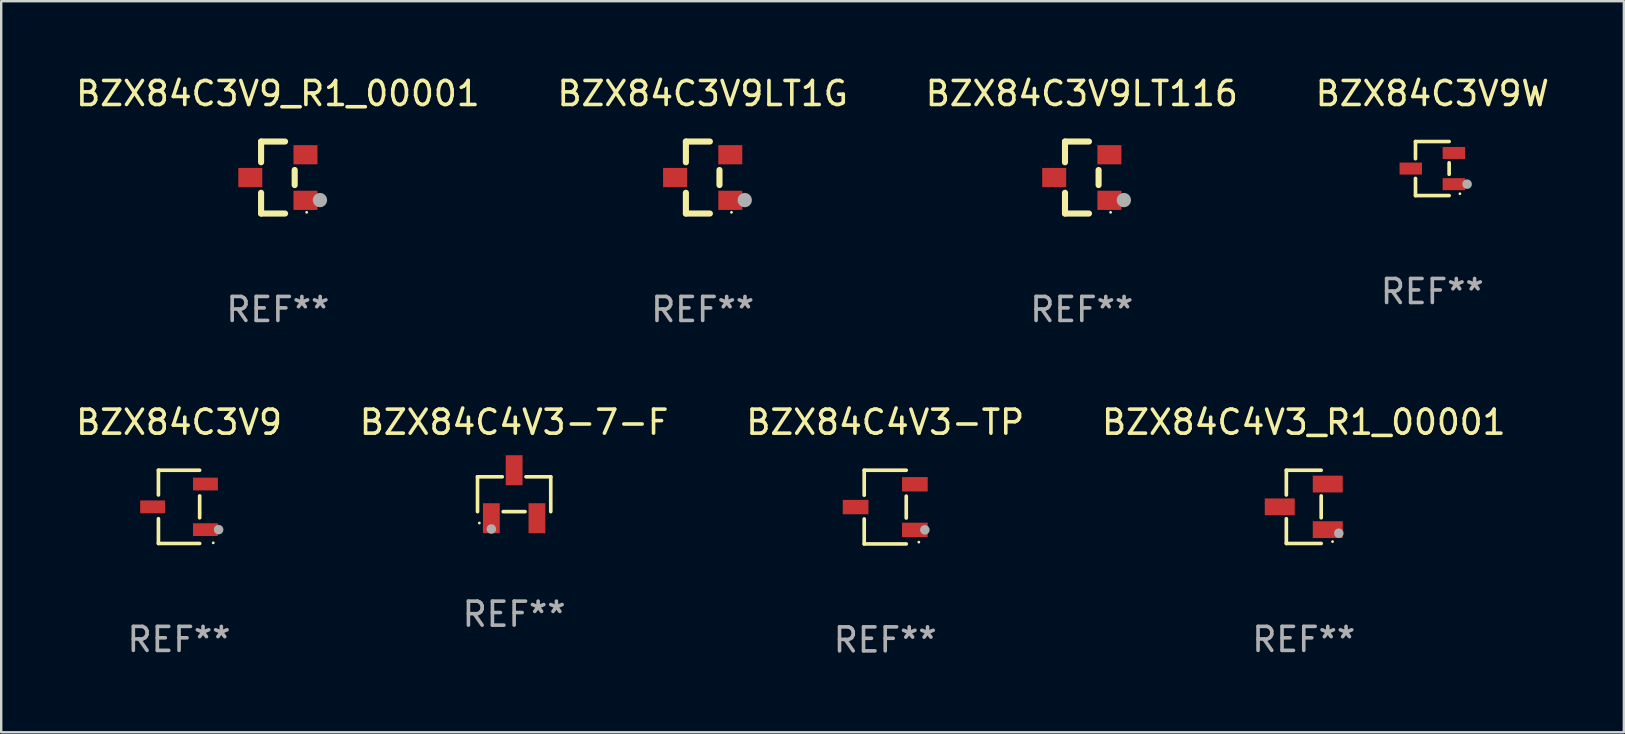
<source format=kicad_pcb>
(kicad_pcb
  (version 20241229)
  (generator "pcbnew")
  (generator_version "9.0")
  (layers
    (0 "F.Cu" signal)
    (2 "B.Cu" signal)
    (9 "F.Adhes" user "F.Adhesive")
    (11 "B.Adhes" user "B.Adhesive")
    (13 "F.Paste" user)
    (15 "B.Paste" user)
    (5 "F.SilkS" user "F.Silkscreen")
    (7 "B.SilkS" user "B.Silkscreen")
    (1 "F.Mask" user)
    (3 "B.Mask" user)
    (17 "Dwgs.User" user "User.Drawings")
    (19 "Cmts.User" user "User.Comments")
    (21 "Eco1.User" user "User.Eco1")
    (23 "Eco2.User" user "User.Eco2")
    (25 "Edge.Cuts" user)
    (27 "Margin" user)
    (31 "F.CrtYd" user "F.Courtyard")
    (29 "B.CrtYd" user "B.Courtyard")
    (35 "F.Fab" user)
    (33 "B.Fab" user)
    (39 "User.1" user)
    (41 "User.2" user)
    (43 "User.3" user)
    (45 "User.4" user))
  (footprint "BZX84C3V9W"
    (layer "F.Cu")
    (at 56.637 3.974)
    (property "Reference" "BZX84C3V9W" (at 0 -3.126 0) (layer "F.SilkS") (effects (font (size 1 1) (thickness 0.15))))
    (attr through_hole)
    (fp_line (start -0.701 -1.126) (end -0.701 -0.411) (stroke (width 0.152) (type solid)) (layer "F.SilkS"))
    (fp_line (start -0.701 1.126) (end -0.701 0.411) (stroke (width 0.152) (type solid)) (layer "F.SilkS"))
    (fp_line (start 0.701 -1.126) (end -0.701 -1.126) (stroke (width 0.152) (type solid)) (layer "F.SilkS"))
    (fp_line (start 0.701 -0.239) (end 0.701 0.239) (stroke (width 0.152) (type solid)) (layer "F.SilkS"))
    (fp_line (start 0.701 1.126) (end -0.701 1.126) (stroke (width 0.152) (type solid)) (layer "F.SilkS"))
    (fp_circle (center 1.15 1.05) (end 1.18 1.05) (stroke (width 0.06) (type solid)) (fill no) (layer "F.SilkS"))
    (fp_circle (center 1.45 0.65) (end 1.55 0.65) (stroke (width 0.2) (type solid)) (fill no) (layer "F.Fab"))
    (fp_text user "REF**" (at 0 5.126 0) (layer "F.Fab") (effects (font (size 1 1) (thickness 0.15))))
    (pad "1" smd rect (at 0.898 0.65) (size 0.936 0.5) (layers "F.Cu" "F.Mask" "F.Paste"))
    (pad "2" smd rect (at 0.898 -0.65) (size 0.936 0.5) (layers "F.Cu" "F.Mask" "F.Paste"))
    (pad "3" smd rect (at -0.898 0) (size 0.936 0.5) (layers "F.Cu" "F.Mask" "F.Paste")))
  (footprint "BZX84C3V9_R1_00001"
    (layer "F.Cu")
    (at 8.53 4.348)
    (property "Reference" "BZX84C3V9_R1_00001" (at 0 -3.5 0) (layer "F.SilkS") (effects (font (size 1 1) (thickness 0.15))))
    (attr through_hole)
    (fp_line (start -0.7 -1.5) (end 0.3 -1.5) (stroke (width 0.254) (type solid)) (layer "F.SilkS"))
    (fp_line (start -0.7 -0.636) (end -0.7 -1.5) (stroke (width 0.254) (type solid)) (layer "F.SilkS"))
    (fp_line (start -0.7 1.5) (end -0.7 0.636) (stroke (width 0.254) (type solid)) (layer "F.SilkS"))
    (fp_line (start -0.7 1.5) (end 0.3 1.5) (stroke (width 0.254) (type solid)) (layer "F.SilkS"))
    (fp_line (start 0.7 0.314) (end 0.7 -0.314) (stroke (width 0.254) (type solid)) (layer "F.SilkS"))
    (fp_circle (center 1.2 1.45) (end 1.23 1.45) (stroke (width 0.06) (type solid)) (fill no) (layer "F.SilkS"))
    (fp_circle (center 1.753 0.94) (end 1.903 0.94) (stroke (width 0.3) (type solid)) (fill no) (layer "F.Fab"))
    (fp_text user "REF**" (at 0 5.5 0) (layer "F.Fab") (effects (font (size 1 1) (thickness 0.15))))
    (pad "1" smd rect (at 1.15 0.95 180) (size 1 0.8) (layers "F.Cu" "F.Mask" "F.Paste"))
    (pad "2" smd rect (at 1.15 -0.95 180) (size 1 0.8) (layers "F.Cu" "F.Mask" "F.Paste"))
    (pad "3" smd rect (at -1.15 -0.000051 180) (size 1 0.8) (layers "F.Cu" "F.Mask" "F.Paste")))
  (footprint "BZX84C4V3-TP"
    (layer "F.Cu")
    (at 33.839 18.081)
    (property "Reference" "BZX84C4V3-TP" (at 0 -3.536 0) (layer "F.SilkS") (effects (font (size 1 1) (thickness 0.15))))
    (attr through_hole)
    (fp_line (start -0.876 -1.536) (end -0.876 -0.495) (stroke (width 0.152) (type solid)) (layer "F.SilkS"))
    (fp_line (start -0.876 1.536) (end -0.876 0.495) (stroke (width 0.152) (type solid)) (layer "F.SilkS"))
    (fp_line (start 0.876 -1.536) (end -0.876 -1.536) (stroke (width 0.152) (type solid)) (layer "F.SilkS"))
    (fp_line (start 0.876 -0.455) (end 0.876 0.455) (stroke (width 0.152) (type solid)) (layer "F.SilkS"))
    (fp_line (start 0.876 1.536) (end -0.876 1.536) (stroke (width 0.152) (type solid)) (layer "F.SilkS"))
    (fp_circle (center 1.4 1.46) (end 1.43 1.46) (stroke (width 0.06) (type solid)) (fill no) (layer "F.SilkS"))
    (fp_circle (center 1.651 0.95) (end 1.751 0.95) (stroke (width 0.2) (type solid)) (fill no) (layer "F.Fab"))
    (fp_text user "REF**" (at 0 5.536 0) (layer "F.Fab") (effects (font (size 1 1) (thickness 0.15))))
    (pad "1" smd rect (at 1.235 0.95) (size 1.07 0.6) (layers "F.Cu" "F.Mask" "F.Paste"))
    (pad "2" smd rect (at 1.235 -0.95) (size 1.07 0.6) (layers "F.Cu" "F.Mask" "F.Paste"))
    (pad "3" smd rect (at -1.235 0) (size 1.07 0.6) (layers "F.Cu" "F.Mask" "F.Paste")))
  (footprint "BZX84C4V3-7-F"
    (layer "F.Cu")
    (at 18.375 17.545)
    (property "Reference" "BZX84C4V3-7-F" (at 0 -3 0) (layer "F.SilkS") (effects (font (size 1 1) (thickness 0.15))))
    (attr through_hole)
    (fp_line (start -1.526 -0.726) (end -0.495 -0.726) (stroke (width 0.152) (type solid)) (layer "F.SilkS"))
    (fp_line (start -1.526 0.726) (end -1.526 -0.726) (stroke (width 0.152) (type solid)) (layer "F.SilkS"))
    (fp_line (start 0.455 0.726) (end -0.455 0.726) (stroke (width 0.152) (type solid)) (layer "F.SilkS"))
    (fp_line (start 1.526 -0.726) (end 0.495 -0.726) (stroke (width 0.152) (type solid)) (layer "F.SilkS"))
    (fp_line (start 1.526 0.726) (end 1.526 -0.726) (stroke (width 0.152) (type solid)) (layer "F.SilkS"))
    (fp_circle (center -1.45 1.2) (end -1.42 1.2) (stroke (width 0.06) (type solid)) (fill no) (layer "F.SilkS"))
    (fp_circle (center -0.95 1.45) (end -0.85 1.45) (stroke (width 0.2) (type solid)) (fill no) (layer "F.Fab"))
    (fp_text user "REF**" (at 0 5 0) (layer "F.Fab") (effects (font (size 1 1) (thickness 0.15))))
    (pad "1" smd rect (at -0.95 1 270) (size 1.25 0.7) (layers "F.Cu" "F.Mask" "F.Paste"))
    (pad "2" smd rect (at 0.95 1 270) (size 1.25 0.7) (layers "F.Cu" "F.Mask" "F.Paste"))
    (pad "3" smd rect (at 0 -1 270) (size 1.25 0.7) (layers "F.Cu" "F.Mask" "F.Paste")))
  (footprint "BZX84C3V9LT1G"
    (layer "F.Cu")
    (at 26.232 4.348)
    (property "Reference" "BZX84C3V9LT1G" (at 0 -3.5 0) (layer "F.SilkS") (effects (font (size 1 1) (thickness 0.15))))
    (attr through_hole)
    (fp_line (start -0.7 -1.5) (end 0.3 -1.5) (stroke (width 0.254) (type solid)) (layer "F.SilkS"))
    (fp_line (start -0.7 -0.636) (end -0.7 -1.5) (stroke (width 0.254) (type solid)) (layer "F.SilkS"))
    (fp_line (start -0.7 1.5) (end -0.7 0.636) (stroke (width 0.254) (type solid)) (layer "F.SilkS"))
    (fp_line (start -0.7 1.5) (end 0.3 1.5) (stroke (width 0.254) (type solid)) (layer "F.SilkS"))
    (fp_line (start 0.7 0.314) (end 0.7 -0.314) (stroke (width 0.254) (type solid)) (layer "F.SilkS"))
    (fp_circle (center 1.2 1.45) (end 1.23 1.45) (stroke (width 0.06) (type solid)) (fill no) (layer "F.SilkS"))
    (fp_circle (center 1.753 0.94) (end 1.903 0.94) (stroke (width 0.3) (type solid)) (fill no) (layer "F.Fab"))
    (fp_text user "REF**" (at 0 5.5 0) (layer "F.Fab") (effects (font (size 1 1) (thickness 0.15))))
    (pad "1" smd rect (at 1.15 0.95 180) (size 1 0.8) (layers "F.Cu" "F.Mask" "F.Paste"))
    (pad "2" smd rect (at 1.15 -0.95 180) (size 1 0.8) (layers "F.Cu" "F.Mask" "F.Paste"))
    (pad "3" smd rect (at -1.15 -0.000051 180) (size 1 0.8) (layers "F.Cu" "F.Mask" "F.Paste")))
  (footprint "BZX84C4V3_R1_00001"
    (layer "F.Cu")
    (at 51.28 18.071)
    (property "Reference" "BZX84C4V3_R1_00001" (at 0 -3.526 0) (layer "F.SilkS") (effects (font (size 1 1) (thickness 0.15))))
    (attr through_hole)
    (fp_line (start -0.726 -1.526) (end -0.726 -0.495) (stroke (width 0.152) (type solid)) (layer "F.SilkS"))
    (fp_line (start -0.726 1.526) (end -0.726 0.495) (stroke (width 0.152) (type solid)) (layer "F.SilkS"))
    (fp_line (start 0.726 -1.526) (end -0.726 -1.526) (stroke (width 0.152) (type solid)) (layer "F.SilkS"))
    (fp_line (start 0.726 -0.455) (end 0.726 0.455) (stroke (width 0.152) (type solid)) (layer "F.SilkS"))
    (fp_line (start 0.726 1.526) (end -0.726 1.526) (stroke (width 0.152) (type solid)) (layer "F.SilkS"))
    (fp_circle (center 1.2 1.45) (end 1.23 1.45) (stroke (width 0.06) (type solid)) (fill no) (layer "F.SilkS"))
    (fp_circle (center 1.46 1.1) (end 1.56 1.1) (stroke (width 0.2) (type solid)) (fill no) (layer "F.Fab"))
    (fp_text user "REF**" (at 0 5.526 0) (layer "F.Fab") (effects (font (size 1 1) (thickness 0.15))))
    (pad "1" smd rect (at 1 0.95) (size 1.25 0.7) (layers "F.Cu" "F.Mask" "F.Paste"))
    (pad "2" smd rect (at 1 -0.95) (size 1.25 0.7) (layers "F.Cu" "F.Mask" "F.Paste"))
    (pad "3" smd rect (at -1 0) (size 1.25 0.7) (layers "F.Cu" "F.Mask" "F.Paste")))
  (footprint "BZX84C3V9"
    (layer "F.Cu")
    (at 4.411 18.071)
    (property "Reference" "BZX84C3V9" (at 0 -3.526 0) (layer "F.SilkS") (effects (font (size 1 1) (thickness 0.15))))
    (attr through_hole)
    (fp_line (start -0.859 -1.526) (end -0.859 -0.495) (stroke (width 0.152) (type solid)) (layer "F.SilkS"))
    (fp_line (start -0.859 1.526) (end -0.859 0.495) (stroke (width 0.152) (type solid)) (layer "F.SilkS"))
    (fp_line (start 0.859 -1.526) (end -0.859 -1.526) (stroke (width 0.152) (type solid)) (layer "F.SilkS"))
    (fp_line (start 0.859 -0.455) (end 0.859 0.455) (stroke (width 0.152) (type solid)) (layer "F.SilkS"))
    (fp_line (start 0.859 1.526) (end -0.859 1.526) (stroke (width 0.152) (type solid)) (layer "F.SilkS"))
    (fp_circle (center 1.425 1.5) (end 1.455 1.5) (stroke (width 0.06) (type solid)) (fill no) (layer "F.SilkS"))
    (fp_circle (center 1.65 0.95) (end 1.75 0.95) (stroke (width 0.2) (type solid)) (fill no) (layer "F.Fab"))
    (fp_text user "REF**" (at 0 5.526 0) (layer "F.Fab") (effects (font (size 1 1) (thickness 0.15))))
    (pad "1" smd rect (at 1.101 0.95) (size 1.037 0.532) (layers "F.Cu" "F.Mask" "F.Paste"))
    (pad "2" smd rect (at 1.101 -0.95) (size 1.037 0.532) (layers "F.Cu" "F.Mask" "F.Paste"))
    (pad "3" smd rect (at -1.101 0) (size 1.037 0.532) (layers "F.Cu" "F.Mask" "F.Paste")))
  (footprint "BZX84C3V9LT116"
    (layer "F.Cu")
    (at 42.03 4.348)
    (property "Reference" "BZX84C3V9LT116" (at 0 -3.5 0) (layer "F.SilkS") (effects (font (size 1 1) (thickness 0.15))))
    (attr through_hole)
    (fp_line (start -0.7 -1.5) (end 0.3 -1.5) (stroke (width 0.254) (type solid)) (layer "F.SilkS"))
    (fp_line (start -0.7 -0.636) (end -0.7 -1.5) (stroke (width 0.254) (type solid)) (layer "F.SilkS"))
    (fp_line (start -0.7 1.5) (end -0.7 0.636) (stroke (width 0.254) (type solid)) (layer "F.SilkS"))
    (fp_line (start -0.7 1.5) (end 0.3 1.5) (stroke (width 0.254) (type solid)) (layer "F.SilkS"))
    (fp_line (start 0.7 0.314) (end 0.7 -0.314) (stroke (width 0.254) (type solid)) (layer "F.SilkS"))
    (fp_circle (center 1.2 1.45) (end 1.23 1.45) (stroke (width 0.06) (type solid)) (fill no) (layer "F.SilkS"))
    (fp_circle (center 1.753 0.94) (end 1.903 0.94) (stroke (width 0.3) (type solid)) (fill no) (layer "F.Fab"))
    (fp_text user "REF**" (at 0 5.5 0) (layer "F.Fab") (effects (font (size 1 1) (thickness 0.15))))
    (pad "1" smd rect (at 1.15 0.95 180) (size 1 0.8) (layers "F.Cu" "F.Mask" "F.Paste"))
    (pad "2" smd rect (at 1.15 -0.95 180) (size 1 0.8) (layers "F.Cu" "F.Mask" "F.Paste"))
    (pad "3" smd rect (at -1.15 -0.000051 180) (size 1 0.8) (layers "F.Cu" "F.Mask" "F.Paste")))
  (gr_rect
    (start -3 -3)
    (end 64.619 27.465)
    (stroke (width 0.1) (type default))
    (fill no)
    (layer "Edge.Cuts")))
</source>
